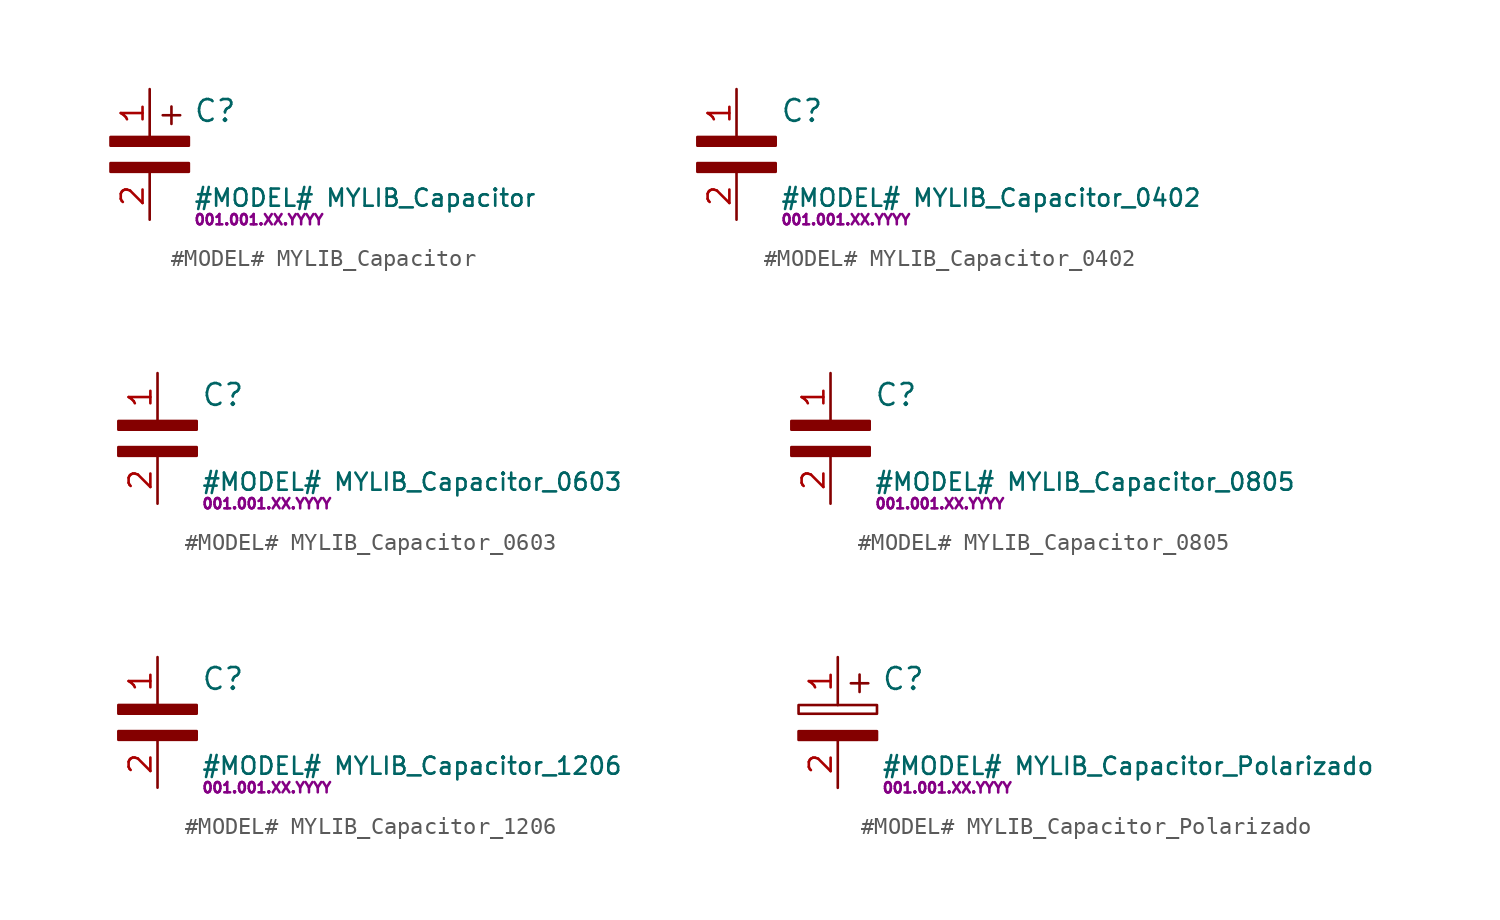
<source format=kicad_sym>
(kicad_symbol_lib
  (version 20211014)
  (generator kicad_symbol_editor)
  (symbol "#MODEL# MYLIB_Capacitor"
    (pin_names
      (offset 0.254))
    (property "Reference" "C"
      (at 2.54 2.54 0)
      (effects (font (size 1.27 1.27)) (justify left)))
    (property "Value" "#MODEL# MYLIB_Capacitor"
      (at 2.54 -2.54 0)
      (effects (font (size 1 1)) (justify left)))
    (property "MYLIB_Code" "001.001.XX.YYYY"
      (at 2.54 -3.81 0)
      (effects (font (size 0.6 0.6)) (justify left)))
    (symbol "#MODEL# MYLIB_Capacitor_0_1"
      (rectangle (start -2.286 0.508) (end 2.286 1.016) (stroke (width 0) (type default) (color 0 0 0 0)) (fill (type outline)))
      (polyline (pts (xy 0.762 2.286) (xy 1.778 2.286)) (stroke (width 0) (type default) (color 0 0 0 0)) (fill (type none)))
      (polyline (pts (xy 1.27 2.794) (xy 1.27 1.778)) (stroke (width 0) (type default) (color 0 0 0 0)) (fill (type none)))
      (rectangle (start 2.286 -0.508) (end -2.286 -1.016) (stroke (width 0) (type default) (color 0 0 0 0)) (fill (type outline))))
    (symbol "#MODEL# MYLIB_Capacitor_1_1"
      (pin passive line (at 0 3.81 270) (length 2.794) (name "~" (effects (font (size 1.27 1.27)))) (number "1" (effects (font (size 1.27 1.27)))))
      (pin passive line (at 0 -3.81 90) (length 2.794) (name "~" (effects (font (size 1.27 1.27)))) (number "2" (effects (font (size 1.27 1.27)))))))
  (symbol "#MODEL# MYLIB_Capacitor_0402"
    (pin_names
      (offset 0.254))
    (property "Reference" "C"
      (at 2.54 2.54 0)
      (effects (font (size 1.27 1.27)) (justify left)))
    (property "Value" "#MODEL# MYLIB_Capacitor_0402"
      (at 2.54 -2.54 0)
      (effects (font (size 1 1)) (justify left)))
    (property "MYLIB_Code" "001.001.XX.YYYY"
      (at 2.54 -3.81 0)
      (effects (font (size 0.6 0.6)) (justify left)))
    (symbol "#MODEL# MYLIB_Capacitor_0402_0_1"
      (rectangle (start -2.286 0.508) (end 2.286 1.016) (stroke (width 0) (type default) (color 0 0 0 0)) (fill (type outline)))
      (rectangle (start 2.286 -0.508) (end -2.286 -1.016) (stroke (width 0) (type default) (color 0 0 0 0)) (fill (type outline))))
    (symbol "#MODEL# MYLIB_Capacitor_0402_1_1"
      (pin passive line (at 0 3.81 270) (length 2.794) (name "~" (effects (font (size 1.27 1.27)))) (number "1" (effects (font (size 1.27 1.27)))))
      (pin passive line (at 0 -3.81 90) (length 2.794) (name "~" (effects (font (size 1.27 1.27)))) (number "2" (effects (font (size 1.27 1.27)))))))
  (symbol "#MODEL# MYLIB_Capacitor_0603"
    (pin_names
      (offset 0.254))
    (property "Reference" "C"
      (at 2.54 2.54 0)
      (effects (font (size 1.27 1.27)) (justify left)))
    (property "Value" "#MODEL# MYLIB_Capacitor_0603"
      (at 2.54 -2.54 0)
      (effects (font (size 1 1)) (justify left)))
    (property "MYLIB_Code" "001.001.XX.YYYY"
      (at 2.54 -3.81 0)
      (effects (font (size 0.6 0.6)) (justify left)))
    (symbol "#MODEL# MYLIB_Capacitor_0603_0_1"
      (rectangle (start -2.286 0.508) (end 2.286 1.016) (stroke (width 0) (type default) (color 0 0 0 0)) (fill (type outline)))
      (rectangle (start 2.286 -0.508) (end -2.286 -1.016) (stroke (width 0) (type default) (color 0 0 0 0)) (fill (type outline))))
    (symbol "#MODEL# MYLIB_Capacitor_0603_1_1"
      (pin passive line (at 0 3.81 270) (length 2.794) (name "~" (effects (font (size 1.27 1.27)))) (number "1" (effects (font (size 1.27 1.27)))))
      (pin passive line (at 0 -3.81 90) (length 2.794) (name "~" (effects (font (size 1.27 1.27)))) (number "2" (effects (font (size 1.27 1.27)))))))
  (symbol "#MODEL# MYLIB_Capacitor_0805"
    (pin_names
      (offset 0.254))
    (property "Reference" "C"
      (at 2.54 2.54 0)
      (effects (font (size 1.27 1.27)) (justify left)))
    (property "Value" "#MODEL# MYLIB_Capacitor_0805"
      (at 2.54 -2.54 0)
      (effects (font (size 1 1)) (justify left)))
    (property "MYLIB_Code" "001.001.XX.YYYY"
      (at 2.54 -3.81 0)
      (effects (font (size 0.6 0.6)) (justify left)))
    (symbol "#MODEL# MYLIB_Capacitor_0805_0_1"
      (rectangle (start -2.286 0.508) (end 2.286 1.016) (stroke (width 0) (type default) (color 0 0 0 0)) (fill (type outline)))
      (rectangle (start 2.286 -0.508) (end -2.286 -1.016) (stroke (width 0) (type default) (color 0 0 0 0)) (fill (type outline))))
    (symbol "#MODEL# MYLIB_Capacitor_0805_1_1"
      (pin passive line (at 0 3.81 270) (length 2.794) (name "~" (effects (font (size 1.27 1.27)))) (number "1" (effects (font (size 1.27 1.27)))))
      (pin passive line (at 0 -3.81 90) (length 2.794) (name "~" (effects (font (size 1.27 1.27)))) (number "2" (effects (font (size 1.27 1.27)))))))
  (symbol "#MODEL# MYLIB_Capacitor_1206"
    (pin_names
      (offset 0.254))
    (property "Reference" "C"
      (at 2.54 2.54 0)
      (effects (font (size 1.27 1.27)) (justify left)))
    (property "Value" "#MODEL# MYLIB_Capacitor_1206"
      (at 2.54 -2.54 0)
      (effects (font (size 1 1)) (justify left)))
    (property "MYLIB_Code" "001.001.XX.YYYY"
      (at 2.54 -3.81 0)
      (effects (font (size 0.6 0.6)) (justify left)))
    (symbol "#MODEL# MYLIB_Capacitor_1206_0_1"
      (rectangle (start -2.286 0.508) (end 2.286 1.016) (stroke (width 0) (type default) (color 0 0 0 0)) (fill (type outline)))
      (rectangle (start 2.286 -0.508) (end -2.286 -1.016) (stroke (width 0) (type default) (color 0 0 0 0)) (fill (type outline))))
    (symbol "#MODEL# MYLIB_Capacitor_1206_1_1"
      (pin passive line (at 0 3.81 270) (length 2.794) (name "~" (effects (font (size 1.27 1.27)))) (number "1" (effects (font (size 1.27 1.27)))))
      (pin passive line (at 0 -3.81 90) (length 2.794) (name "~" (effects (font (size 1.27 1.27)))) (number "2" (effects (font (size 1.27 1.27)))))))
  (symbol "#MODEL# MYLIB_Capacitor_Polarizado"
    (pin_names
      (offset 0.254))
    (property "Reference" "C"
      (at 2.54 2.54 0)
      (effects (font (size 1.27 1.27)) (justify left)))
    (property "Value" "#MODEL# MYLIB_Capacitor_Polarizado"
      (at 2.54 -2.54 0)
      (effects (font (size 1 1)) (justify left)))
    (property "MYLIB_Code" "001.001.XX.YYYY"
      (at 2.54 -3.81 0)
      (effects (font (size 0.6 0.6)) (justify left)))
    (symbol "#MODEL# MYLIB_Capacitor_Polarizado_0_1"
      (rectangle (start -2.286 0.508) (end 2.286 1.016) (stroke (width 0) (type default) (color 0 0 0 0)) (fill (type none)))
      (polyline (pts (xy 0.762 2.286) (xy 1.778 2.286)) (stroke (width 0) (type default) (color 0 0 0 0)) (fill (type none)))
      (polyline (pts (xy 1.27 2.794) (xy 1.27 1.778)) (stroke (width 0) (type default) (color 0 0 0 0)) (fill (type none)))
      (rectangle (start 2.286 -0.508) (end -2.286 -1.016) (stroke (width 0) (type default) (color 0 0 0 0)) (fill (type outline))))
    (symbol "#MODEL# MYLIB_Capacitor_Polarizado_1_1"
      (pin passive line (at 0 3.81 270) (length 2.794) (name "~" (effects (font (size 1.27 1.27)))) (number "1" (effects (font (size 1.27 1.27)))))
      (pin passive line (at 0 -3.81 90) (length 2.794) (name "~" (effects (font (size 1.27 1.27)))) (number "2" (effects (font (size 1.27 1.27))))))))
</source>
